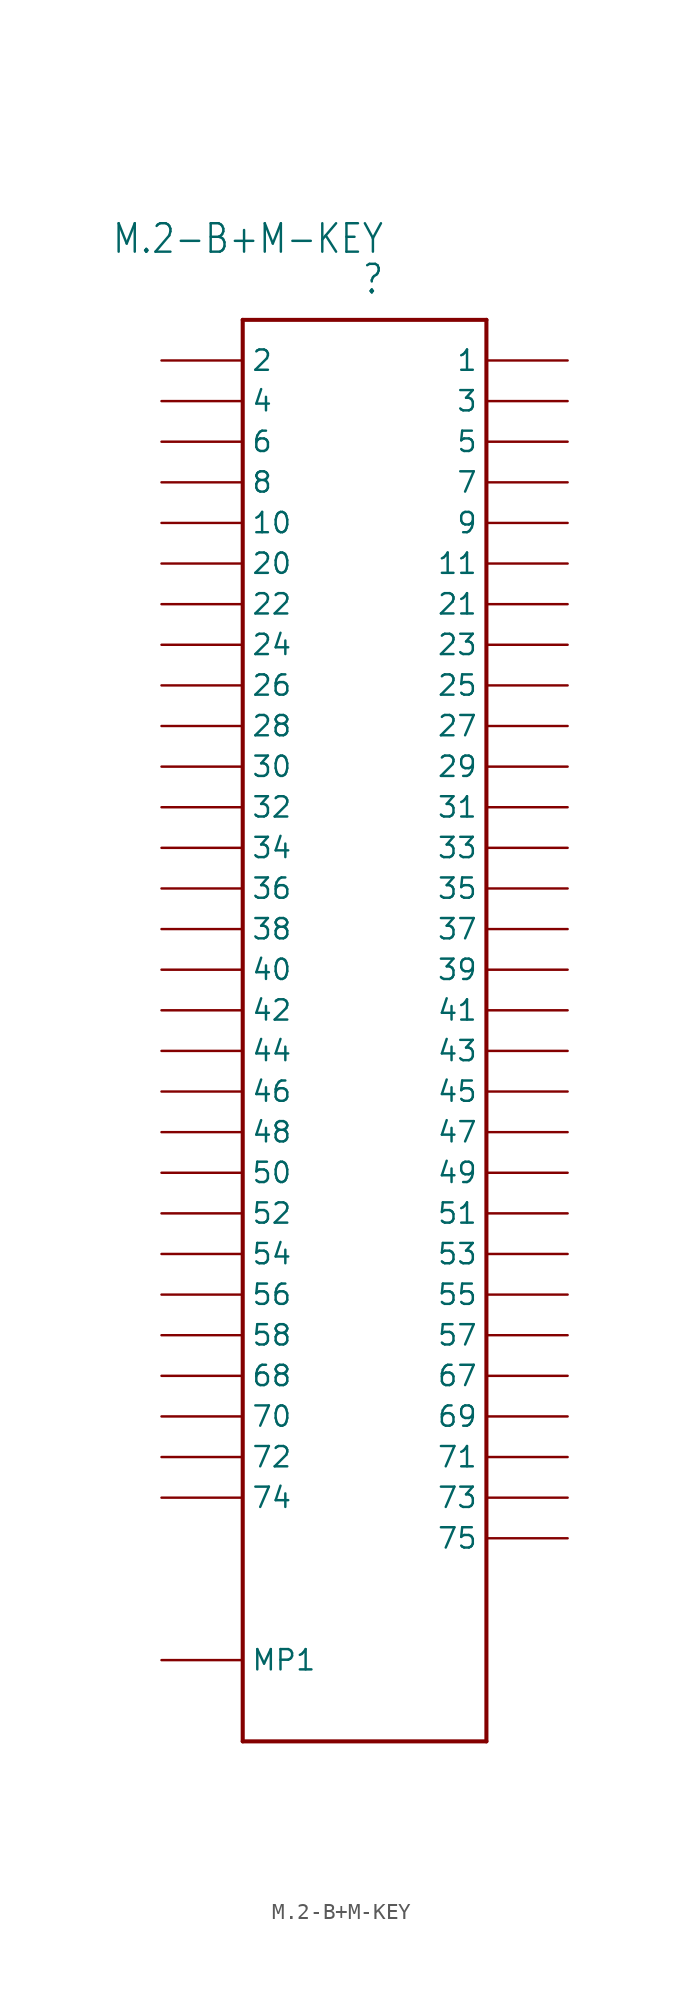
<source format=kicad_sym>
(kicad_symbol_lib
  (version 20231120)
  (generator "kicad_symbol_editor")
  (generator_version "8.0")
  (symbol "M.2-B+M-KEY"
    (property "Reference" ""
      (at 8.89 91.44 0)
      (effects (font (size 1.778 1.511)) (justify right)))
    (property "Value" "M.2-B+M-KEY"
      (at 8.89 93.98 0)
      (effects (font (size 1.778 1.511)) (justify right)))
    (property "ki_locked" ""
      (at 0 0 0)
      (effects (font (size 1.27 1.27))))
    (symbol "M.2-B+M-KEY_1_0"
      (polyline (pts (xy 0 0) (xy 0 88.9)) (stroke (width 0.254) (type default)) (fill (type none)))
      (polyline (pts (xy 0 0) (xy 15.24 0)) (stroke (width 0.254) (type default)) (fill (type none)))
      (polyline (pts (xy 15.24 88.9) (xy 0 88.9)) (stroke (width 0.254) (type default)) (fill (type none)))
      (polyline (pts (xy 15.24 88.9) (xy 15.24 0)) (stroke (width 0.254) (type default)) (fill (type none)))
      (pin bidirectional line (at -5.08 5.08 0) (length 5.08) (name "MP1" (effects (font (size 1.27 1.27)))) (number "MOUNTING-HOLE" (effects (font (size 0 0)))))
      (pin bidirectional line (at 20.32 86.36 180) (length 5.08) (name "1" (effects (font (size 1.27 1.27)))) (number "P$1" (effects (font (size 0 0)))))
      (pin bidirectional line (at -5.08 76.2 0) (length 5.08) (name "10" (effects (font (size 1.27 1.27)))) (number "P$10" (effects (font (size 0 0)))))
      (pin bidirectional line (at 20.32 73.66 180) (length 5.08) (name "11" (effects (font (size 1.27 1.27)))) (number "P$11" (effects (font (size 0 0)))))
      (pin bidirectional line (at -5.08 86.36 0) (length 5.08) (name "2" (effects (font (size 1.27 1.27)))) (number "P$2" (effects (font (size 0 0)))))
      (pin bidirectional line (at -5.08 73.66 0) (length 5.08) (name "20" (effects (font (size 1.27 1.27)))) (number "P$20" (effects (font (size 0 0)))))
      (pin bidirectional line (at 20.32 71.12 180) (length 5.08) (name "21" (effects (font (size 1.27 1.27)))) (number "P$21" (effects (font (size 0 0)))))
      (pin bidirectional line (at -5.08 71.12 0) (length 5.08) (name "22" (effects (font (size 1.27 1.27)))) (number "P$22" (effects (font (size 0 0)))))
      (pin bidirectional line (at 20.32 68.58 180) (length 5.08) (name "23" (effects (font (size 1.27 1.27)))) (number "P$23" (effects (font (size 0 0)))))
      (pin bidirectional line (at -5.08 68.58 0) (length 5.08) (name "24" (effects (font (size 1.27 1.27)))) (number "P$24" (effects (font (size 0 0)))))
      (pin bidirectional line (at 20.32 66.04 180) (length 5.08) (name "25" (effects (font (size 1.27 1.27)))) (number "P$25" (effects (font (size 0 0)))))
      (pin bidirectional line (at -5.08 66.04 0) (length 5.08) (name "26" (effects (font (size 1.27 1.27)))) (number "P$26" (effects (font (size 0 0)))))
      (pin bidirectional line (at 20.32 63.5 180) (length 5.08) (name "27" (effects (font (size 1.27 1.27)))) (number "P$27" (effects (font (size 0 0)))))
      (pin bidirectional line (at -5.08 63.5 0) (length 5.08) (name "28" (effects (font (size 1.27 1.27)))) (number "P$28" (effects (font (size 0 0)))))
      (pin bidirectional line (at 20.32 60.96 180) (length 5.08) (name "29" (effects (font (size 1.27 1.27)))) (number "P$29" (effects (font (size 0 0)))))
      (pin bidirectional line (at 20.32 83.82 180) (length 5.08) (name "3" (effects (font (size 1.27 1.27)))) (number "P$3" (effects (font (size 0 0)))))
      (pin bidirectional line (at -5.08 60.96 0) (length 5.08) (name "30" (effects (font (size 1.27 1.27)))) (number "P$30" (effects (font (size 0 0)))))
      (pin bidirectional line (at 20.32 58.42 180) (length 5.08) (name "31" (effects (font (size 1.27 1.27)))) (number "P$31" (effects (font (size 0 0)))))
      (pin bidirectional line (at -5.08 58.42 0) (length 5.08) (name "32" (effects (font (size 1.27 1.27)))) (number "P$32" (effects (font (size 0 0)))))
      (pin bidirectional line (at 20.32 55.88 180) (length 5.08) (name "33" (effects (font (size 1.27 1.27)))) (number "P$33" (effects (font (size 0 0)))))
      (pin bidirectional line (at -5.08 55.88 0) (length 5.08) (name "34" (effects (font (size 1.27 1.27)))) (number "P$34" (effects (font (size 0 0)))))
      (pin bidirectional line (at 20.32 53.34 180) (length 5.08) (name "35" (effects (font (size 1.27 1.27)))) (number "P$35" (effects (font (size 0 0)))))
      (pin bidirectional line (at -5.08 53.34 0) (length 5.08) (name "36" (effects (font (size 1.27 1.27)))) (number "P$36" (effects (font (size 0 0)))))
      (pin bidirectional line (at 20.32 50.8 180) (length 5.08) (name "37" (effects (font (size 1.27 1.27)))) (number "P$37" (effects (font (size 0 0)))))
      (pin bidirectional line (at -5.08 50.8 0) (length 5.08) (name "38" (effects (font (size 1.27 1.27)))) (number "P$38" (effects (font (size 0 0)))))
      (pin bidirectional line (at 20.32 48.26 180) (length 5.08) (name "39" (effects (font (size 1.27 1.27)))) (number "P$39" (effects (font (size 0 0)))))
      (pin bidirectional line (at -5.08 83.82 0) (length 5.08) (name "4" (effects (font (size 1.27 1.27)))) (number "P$4" (effects (font (size 0 0)))))
      (pin bidirectional line (at -5.08 48.26 0) (length 5.08) (name "40" (effects (font (size 1.27 1.27)))) (number "P$40" (effects (font (size 0 0)))))
      (pin bidirectional line (at 20.32 45.72 180) (length 5.08) (name "41" (effects (font (size 1.27 1.27)))) (number "P$41" (effects (font (size 0 0)))))
      (pin bidirectional line (at -5.08 45.72 0) (length 5.08) (name "42" (effects (font (size 1.27 1.27)))) (number "P$42" (effects (font (size 0 0)))))
      (pin bidirectional line (at 20.32 43.18 180) (length 5.08) (name "43" (effects (font (size 1.27 1.27)))) (number "P$43" (effects (font (size 0 0)))))
      (pin bidirectional line (at -5.08 43.18 0) (length 5.08) (name "44" (effects (font (size 1.27 1.27)))) (number "P$44" (effects (font (size 0 0)))))
      (pin bidirectional line (at 20.32 40.64 180) (length 5.08) (name "45" (effects (font (size 1.27 1.27)))) (number "P$45" (effects (font (size 0 0)))))
      (pin bidirectional line (at -5.08 40.64 0) (length 5.08) (name "46" (effects (font (size 1.27 1.27)))) (number "P$46" (effects (font (size 0 0)))))
      (pin bidirectional line (at 20.32 38.1 180) (length 5.08) (name "47" (effects (font (size 1.27 1.27)))) (number "P$47" (effects (font (size 0 0)))))
      (pin bidirectional line (at -5.08 38.1 0) (length 5.08) (name "48" (effects (font (size 1.27 1.27)))) (number "P$48" (effects (font (size 0 0)))))
      (pin bidirectional line (at 20.32 35.56 180) (length 5.08) (name "49" (effects (font (size 1.27 1.27)))) (number "P$49" (effects (font (size 0 0)))))
      (pin bidirectional line (at 20.32 81.28 180) (length 5.08) (name "5" (effects (font (size 1.27 1.27)))) (number "P$5" (effects (font (size 0 0)))))
      (pin bidirectional line (at -5.08 35.56 0) (length 5.08) (name "50" (effects (font (size 1.27 1.27)))) (number "P$50" (effects (font (size 0 0)))))
      (pin bidirectional line (at 20.32 33.02 180) (length 5.08) (name "51" (effects (font (size 1.27 1.27)))) (number "P$51" (effects (font (size 0 0)))))
      (pin bidirectional line (at -5.08 33.02 0) (length 5.08) (name "52" (effects (font (size 1.27 1.27)))) (number "P$52" (effects (font (size 0 0)))))
      (pin bidirectional line (at 20.32 30.48 180) (length 5.08) (name "53" (effects (font (size 1.27 1.27)))) (number "P$53" (effects (font (size 0 0)))))
      (pin bidirectional line (at -5.08 30.48 0) (length 5.08) (name "54" (effects (font (size 1.27 1.27)))) (number "P$54" (effects (font (size 0 0)))))
      (pin bidirectional line (at 20.32 27.94 180) (length 5.08) (name "55" (effects (font (size 1.27 1.27)))) (number "P$55" (effects (font (size 0 0)))))
      (pin bidirectional line (at -5.08 27.94 0) (length 5.08) (name "56" (effects (font (size 1.27 1.27)))) (number "P$56" (effects (font (size 0 0)))))
      (pin bidirectional line (at 20.32 25.4 180) (length 5.08) (name "57" (effects (font (size 1.27 1.27)))) (number "P$57" (effects (font (size 0 0)))))
      (pin bidirectional line (at -5.08 25.4 0) (length 5.08) (name "58" (effects (font (size 1.27 1.27)))) (number "P$58" (effects (font (size 0 0)))))
      (pin bidirectional line (at -5.08 81.28 0) (length 5.08) (name "6" (effects (font (size 1.27 1.27)))) (number "P$6" (effects (font (size 0 0)))))
      (pin bidirectional line (at 20.32 22.86 180) (length 5.08) (name "67" (effects (font (size 1.27 1.27)))) (number "P$67" (effects (font (size 0 0)))))
      (pin bidirectional line (at -5.08 22.86 0) (length 5.08) (name "68" (effects (font (size 1.27 1.27)))) (number "P$68" (effects (font (size 0 0)))))
      (pin bidirectional line (at 20.32 20.32 180) (length 5.08) (name "69" (effects (font (size 1.27 1.27)))) (number "P$69" (effects (font (size 0 0)))))
      (pin bidirectional line (at 20.32 78.74 180) (length 5.08) (name "7" (effects (font (size 1.27 1.27)))) (number "P$7" (effects (font (size 0 0)))))
      (pin bidirectional line (at -5.08 20.32 0) (length 5.08) (name "70" (effects (font (size 1.27 1.27)))) (number "P$70" (effects (font (size 0 0)))))
      (pin bidirectional line (at 20.32 17.78 180) (length 5.08) (name "71" (effects (font (size 1.27 1.27)))) (number "P$71" (effects (font (size 0 0)))))
      (pin bidirectional line (at -5.08 17.78 0) (length 5.08) (name "72" (effects (font (size 1.27 1.27)))) (number "P$72" (effects (font (size 0 0)))))
      (pin bidirectional line (at 20.32 15.24 180) (length 5.08) (name "73" (effects (font (size 1.27 1.27)))) (number "P$73" (effects (font (size 0 0)))))
      (pin bidirectional line (at -5.08 15.24 0) (length 5.08) (name "74" (effects (font (size 1.27 1.27)))) (number "P$74" (effects (font (size 0 0)))))
      (pin bidirectional line (at 20.32 12.7 180) (length 5.08) (name "75" (effects (font (size 1.27 1.27)))) (number "P$75" (effects (font (size 0 0)))))
      (pin bidirectional line (at -5.08 78.74 0) (length 5.08) (name "8" (effects (font (size 1.27 1.27)))) (number "P$8" (effects (font (size 0 0)))))
      (pin bidirectional line (at 20.32 76.2 180) (length 5.08) (name "9" (effects (font (size 1.27 1.27)))) (number "P$9" (effects (font (size 0 0))))))))
</source>
